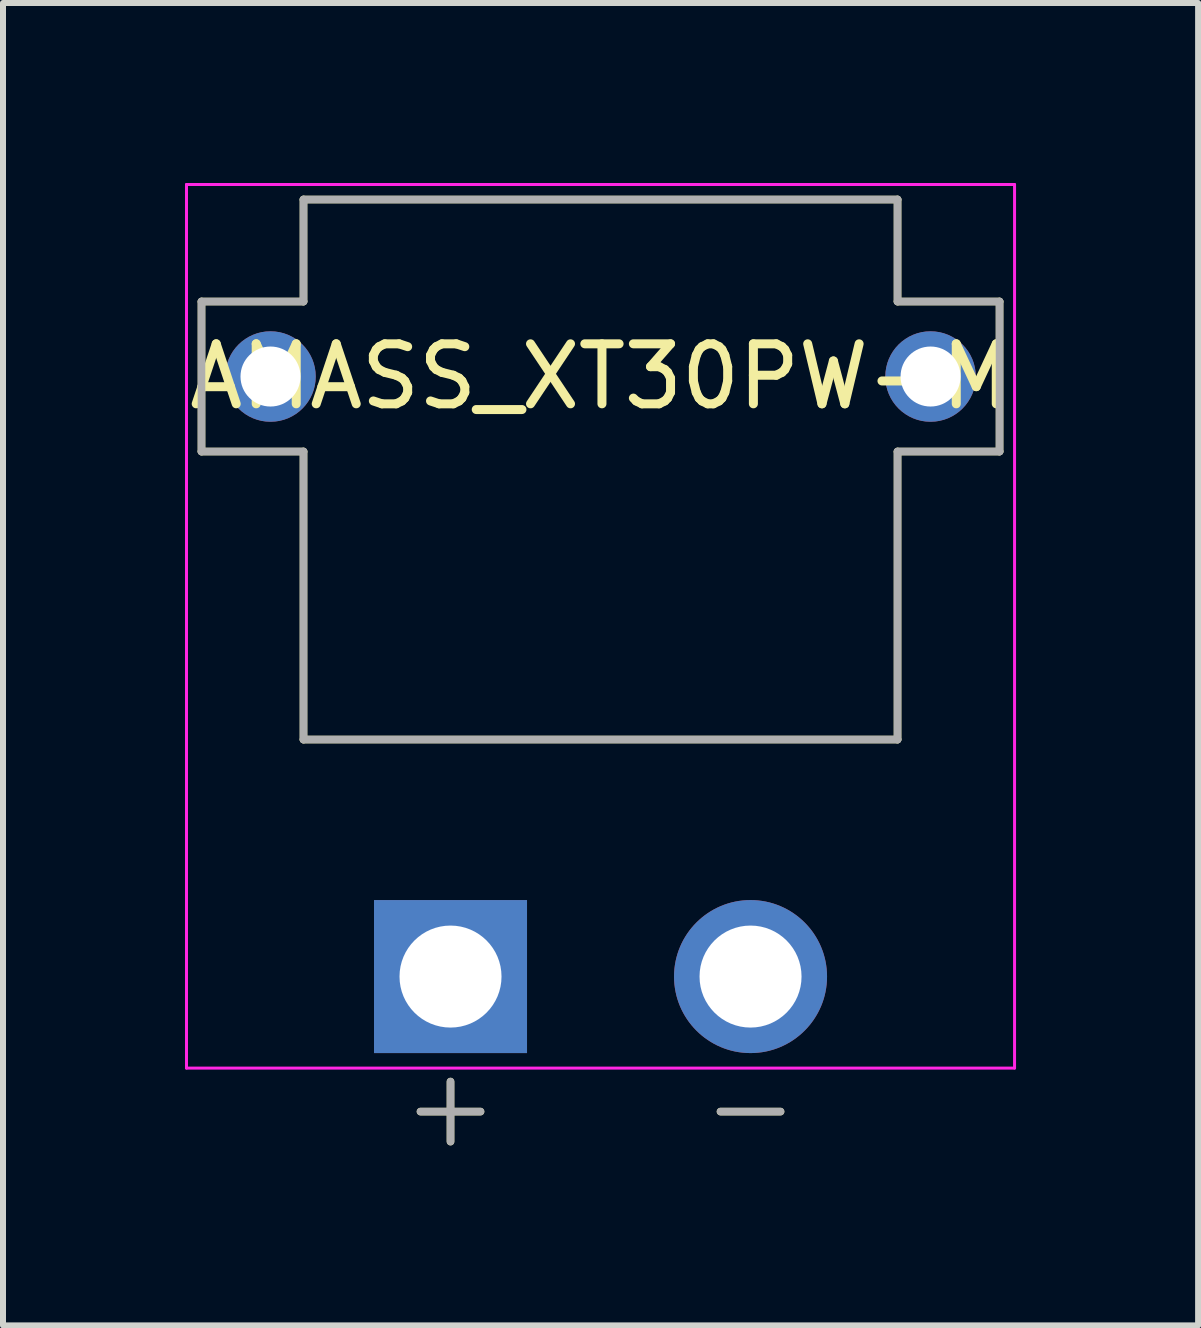
<source format=kicad_pcb>
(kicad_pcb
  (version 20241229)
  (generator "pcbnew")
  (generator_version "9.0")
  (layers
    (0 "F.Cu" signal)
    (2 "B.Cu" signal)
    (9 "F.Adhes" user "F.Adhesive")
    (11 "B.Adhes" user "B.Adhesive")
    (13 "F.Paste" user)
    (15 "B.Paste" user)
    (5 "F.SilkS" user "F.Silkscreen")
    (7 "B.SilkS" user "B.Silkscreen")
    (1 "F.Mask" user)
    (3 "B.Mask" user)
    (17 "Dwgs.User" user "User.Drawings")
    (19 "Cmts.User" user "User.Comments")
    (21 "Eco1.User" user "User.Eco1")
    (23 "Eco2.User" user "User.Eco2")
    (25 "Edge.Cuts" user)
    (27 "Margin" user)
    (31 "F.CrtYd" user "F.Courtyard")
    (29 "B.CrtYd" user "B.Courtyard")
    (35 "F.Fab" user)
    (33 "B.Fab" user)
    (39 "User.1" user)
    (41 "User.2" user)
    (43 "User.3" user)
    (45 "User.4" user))
  (footprint "AMASS_XT30PW-M"
    (layer "F.Cu")
    (at 6.958 3.225)
    (property "Reference" "AMASS_XT30PW-M" (at 0 0 0) (layer "F.SilkS") (effects (font (size 1 1) (thickness 0.15))))
    (attr through_hole)
    (fp_line (start -6.65 -1.25) (end -4.95 -1.25) (stroke (width 0.127) (type solid)) (layer "F.SilkS"))
    (fp_line (start -6.65 1.25) (end -6.65 -1.25) (stroke (width 0.127) (type solid)) (layer "F.SilkS"))
    (fp_line (start -4.95 -2.95) (end 4.95 -2.95) (stroke (width 0.127) (type solid)) (layer "F.SilkS"))
    (fp_line (start -4.95 -1.25) (end -4.95 -2.95) (stroke (width 0.127) (type solid)) (layer "F.SilkS"))
    (fp_line (start -4.95 1.25) (end -6.65 1.25) (stroke (width 0.127) (type solid)) (layer "F.SilkS"))
    (fp_line (start -4.95 6.05) (end -4.95 1.25) (stroke (width 0.127) (type solid)) (layer "F.SilkS"))
    (fp_line (start -3 12.25) (end -2 12.25) (stroke (width 0.127) (type solid)) (layer "F.SilkS"))
    (fp_line (start -2.5 12.75) (end -2.5 11.75) (stroke (width 0.127) (type solid)) (layer "F.SilkS"))
    (fp_line (start 2 12.25) (end 3 12.25) (stroke (width 0.127) (type solid)) (layer "F.SilkS"))
    (fp_line (start 4.95 -2.95) (end 4.95 -1.25) (stroke (width 0.127) (type solid)) (layer "F.SilkS"))
    (fp_line (start 4.95 -1.25) (end 6.65 -1.25) (stroke (width 0.127) (type solid)) (layer "F.SilkS"))
    (fp_line (start 4.95 1.25) (end 4.95 6.05) (stroke (width 0.127) (type solid)) (layer "F.SilkS"))
    (fp_line (start 4.95 6.05) (end -4.95 6.05) (stroke (width 0.127) (type solid)) (layer "F.SilkS"))
    (fp_line (start 6.65 -1.25) (end 6.65 1.25) (stroke (width 0.127) (type solid)) (layer "F.SilkS"))
    (fp_line (start 6.65 1.25) (end 4.95 1.25) (stroke (width 0.127) (type solid)) (layer "F.SilkS"))
    (fp_line (start -6.9 -3.2) (end -6.9 11.525) (stroke (width 0.05) (type solid)) (layer "F.CrtYd"))
    (fp_line (start -6.9 11.525) (end 6.9 11.525) (stroke (width 0.05) (type solid)) (layer "F.CrtYd"))
    (fp_line (start 6.9 -3.2) (end -6.9 -3.2) (stroke (width 0.05) (type solid)) (layer "F.CrtYd"))
    (fp_line (start 6.9 11.525) (end 6.9 -3.2) (stroke (width 0.05) (type solid)) (layer "F.CrtYd"))
    (fp_line (start -6.65 -1.25) (end -4.95 -1.25) (stroke (width 0.127) (type solid)) (layer "F.Fab"))
    (fp_line (start -6.65 1.25) (end -6.65 -1.25) (stroke (width 0.127) (type solid)) (layer "F.Fab"))
    (fp_line (start -4.95 -2.95) (end 4.95 -2.95) (stroke (width 0.127) (type solid)) (layer "F.Fab"))
    (fp_line (start -4.95 -1.25) (end -4.95 -2.95) (stroke (width 0.127) (type solid)) (layer "F.Fab"))
    (fp_line (start -4.95 1.25) (end -6.65 1.25) (stroke (width 0.127) (type solid)) (layer "F.Fab"))
    (fp_line (start -4.95 6.05) (end -4.95 1.25) (stroke (width 0.127) (type solid)) (layer "F.Fab"))
    (fp_line (start -3 12.25) (end -2 12.25) (stroke (width 0.127) (type solid)) (layer "F.Fab"))
    (fp_line (start -2.5 12.75) (end -2.5 11.75) (stroke (width 0.127) (type solid)) (layer "F.Fab"))
    (fp_line (start 2 12.25) (end 3 12.25) (stroke (width 0.127) (type solid)) (layer "F.Fab"))
    (fp_line (start 4.95 -2.95) (end 4.95 -1.25) (stroke (width 0.127) (type solid)) (layer "F.Fab"))
    (fp_line (start 4.95 -1.25) (end 6.65 -1.25) (stroke (width 0.127) (type solid)) (layer "F.Fab"))
    (fp_line (start 4.95 1.25) (end 4.95 6.05) (stroke (width 0.127) (type solid)) (layer "F.Fab"))
    (fp_line (start 4.95 6.05) (end -4.95 6.05) (stroke (width 0.127) (type solid)) (layer "F.Fab"))
    (fp_line (start 6.65 -1.25) (end 6.65 1.25) (stroke (width 0.127) (type solid)) (layer "F.Fab"))
    (fp_line (start 6.65 1.25) (end 4.95 1.25) (stroke (width 0.127) (type solid)) (layer "F.Fab"))
    (pad "N" thru_hole circle (at 2.5 10) (size 2.55 2.55) (drill 1.7) (layers "*.Cu" "*.Mask"))
    (pad "P" thru_hole rect (at -2.5 10) (size 2.55 2.55) (drill 1.7) (layers "*.Cu" "*.Mask"))
    (pad "S1" thru_hole circle (at 5.5 0) (size 1.508 1.508) (drill 1) (layers "*.Cu" "*.Mask"))
    (pad "S2" thru_hole circle (at -5.5 0) (size 1.508 1.508) (drill 1) (layers "*.Cu" "*.Mask")))
  (gr_rect
    (start -3 -3)
    (end 16.917 19.038)
    (stroke (width 0.1) (type default))
    (fill no)
    (layer "Edge.Cuts")))
</source>
